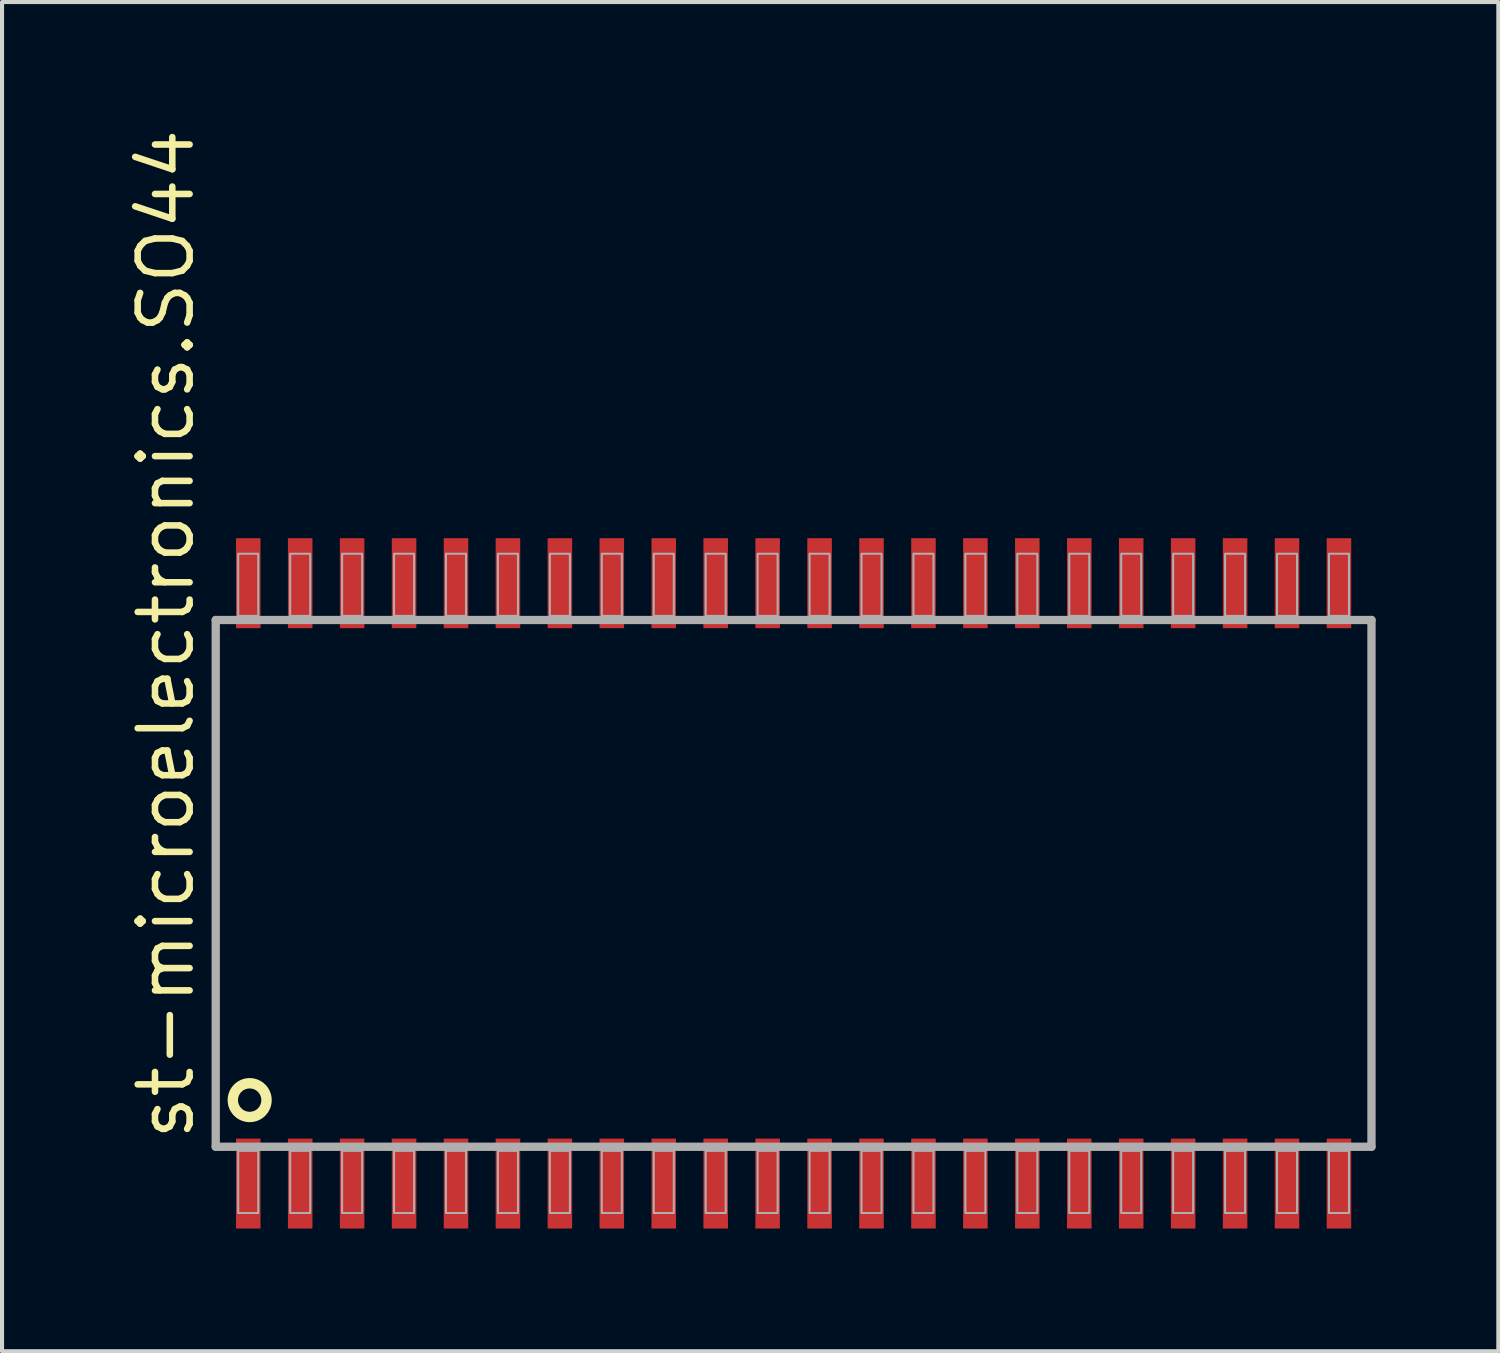
<source format=kicad_pcb>
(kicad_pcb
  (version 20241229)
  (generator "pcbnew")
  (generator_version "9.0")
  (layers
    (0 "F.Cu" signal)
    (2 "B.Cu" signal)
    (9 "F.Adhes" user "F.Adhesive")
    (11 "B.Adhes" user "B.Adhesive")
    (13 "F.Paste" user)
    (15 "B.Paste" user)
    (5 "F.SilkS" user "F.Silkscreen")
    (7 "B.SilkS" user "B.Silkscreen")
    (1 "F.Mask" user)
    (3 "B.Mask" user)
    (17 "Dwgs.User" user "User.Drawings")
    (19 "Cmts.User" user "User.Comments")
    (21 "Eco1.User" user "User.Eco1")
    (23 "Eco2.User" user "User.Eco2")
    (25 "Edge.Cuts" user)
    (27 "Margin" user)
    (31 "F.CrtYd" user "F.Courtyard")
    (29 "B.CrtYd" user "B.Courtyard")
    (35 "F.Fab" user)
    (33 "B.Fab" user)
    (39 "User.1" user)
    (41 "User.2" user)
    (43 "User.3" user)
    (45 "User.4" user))
  (footprint "st-microelectronics.SO44"
    (layer "F.Cu")
    (at 16.355 18.55)
    (property "Reference" "st-microelectronics.SO44" (at -14.605 6.35 90) (layer "F.SilkS") (effects (font (size 1.27 1.27) (thickness 0.16)) (justify left bottom)))
    (attr smd)
    (fp_circle (center -13.3 5.3) (end -12.888 5.3) (stroke (width 0.254) (type default)) (fill no) (layer "F.SilkS"))
    (fp_line (start -14.13 -6.44) (end 14.13 -6.44) (stroke (width 0.203) (type default)) (layer "F.Fab"))
    (fp_line (start -14.13 6.44) (end -14.13 -6.44) (stroke (width 0.203) (type default)) (layer "F.Fab"))
    (fp_line (start 14.13 -6.44) (end 14.13 6.44) (stroke (width 0.203) (type default)) (layer "F.Fab"))
    (fp_line (start 14.13 6.44) (end -14.13 6.44) (stroke (width 0.203) (type default)) (layer "F.Fab"))
    (fp_rect (start -13.58 -6.54) (end -13.09 -8.06) (stroke (width 0.05) (type default)) (fill no) (layer "F.Fab"))
    (fp_rect (start -13.58 8.06) (end -13.09 6.54) (stroke (width 0.05) (type default)) (fill no) (layer "F.Fab"))
    (fp_rect (start -12.31 -6.54) (end -11.82 -8.06) (stroke (width 0.05) (type default)) (fill no) (layer "F.Fab"))
    (fp_rect (start -12.31 8.06) (end -11.82 6.54) (stroke (width 0.05) (type default)) (fill no) (layer "F.Fab"))
    (fp_rect (start -11.04 -6.54) (end -10.55 -8.06) (stroke (width 0.05) (type default)) (fill no) (layer "F.Fab"))
    (fp_rect (start -11.04 8.06) (end -10.55 6.54) (stroke (width 0.05) (type default)) (fill no) (layer "F.Fab"))
    (fp_rect (start -9.77 -6.54) (end -9.28 -8.06) (stroke (width 0.05) (type default)) (fill no) (layer "F.Fab"))
    (fp_rect (start -9.77 8.06) (end -9.28 6.54) (stroke (width 0.05) (type default)) (fill no) (layer "F.Fab"))
    (fp_rect (start -8.5 -6.54) (end -8.01 -8.06) (stroke (width 0.05) (type default)) (fill no) (layer "F.Fab"))
    (fp_rect (start -8.5 8.06) (end -8.01 6.54) (stroke (width 0.05) (type default)) (fill no) (layer "F.Fab"))
    (fp_rect (start -7.23 -6.54) (end -6.74 -8.06) (stroke (width 0.05) (type default)) (fill no) (layer "F.Fab"))
    (fp_rect (start -7.23 8.06) (end -6.74 6.54) (stroke (width 0.05) (type default)) (fill no) (layer "F.Fab"))
    (fp_rect (start -5.96 -6.54) (end -5.47 -8.06) (stroke (width 0.05) (type default)) (fill no) (layer "F.Fab"))
    (fp_rect (start -5.96 8.06) (end -5.47 6.54) (stroke (width 0.05) (type default)) (fill no) (layer "F.Fab"))
    (fp_rect (start -4.69 -6.54) (end -4.2 -8.06) (stroke (width 0.05) (type default)) (fill no) (layer "F.Fab"))
    (fp_rect (start -4.69 8.06) (end -4.2 6.54) (stroke (width 0.05) (type default)) (fill no) (layer "F.Fab"))
    (fp_rect (start -3.42 -6.54) (end -2.93 -8.06) (stroke (width 0.05) (type default)) (fill no) (layer "F.Fab"))
    (fp_rect (start -3.42 8.06) (end -2.93 6.54) (stroke (width 0.05) (type default)) (fill no) (layer "F.Fab"))
    (fp_rect (start -2.15 -6.54) (end -1.66 -8.06) (stroke (width 0.05) (type default)) (fill no) (layer "F.Fab"))
    (fp_rect (start -2.15 8.06) (end -1.66 6.54) (stroke (width 0.05) (type default)) (fill no) (layer "F.Fab"))
    (fp_rect (start -0.88 -6.54) (end -0.39 -8.06) (stroke (width 0.05) (type default)) (fill no) (layer "F.Fab"))
    (fp_rect (start -0.88 8.06) (end -0.39 6.54) (stroke (width 0.05) (type default)) (fill no) (layer "F.Fab"))
    (fp_rect (start 0.39 -6.54) (end 0.88 -8.06) (stroke (width 0.05) (type default)) (fill no) (layer "F.Fab"))
    (fp_rect (start 0.39 8.06) (end 0.88 6.54) (stroke (width 0.05) (type default)) (fill no) (layer "F.Fab"))
    (fp_rect (start 1.66 -6.54) (end 2.15 -8.06) (stroke (width 0.05) (type default)) (fill no) (layer "F.Fab"))
    (fp_rect (start 1.66 8.06) (end 2.15 6.54) (stroke (width 0.05) (type default)) (fill no) (layer "F.Fab"))
    (fp_rect (start 2.93 -6.54) (end 3.42 -8.06) (stroke (width 0.05) (type default)) (fill no) (layer "F.Fab"))
    (fp_rect (start 2.93 8.06) (end 3.42 6.54) (stroke (width 0.05) (type default)) (fill no) (layer "F.Fab"))
    (fp_rect (start 4.2 -6.54) (end 4.69 -8.06) (stroke (width 0.05) (type default)) (fill no) (layer "F.Fab"))
    (fp_rect (start 4.2 8.06) (end 4.69 6.54) (stroke (width 0.05) (type default)) (fill no) (layer "F.Fab"))
    (fp_rect (start 5.47 -6.54) (end 5.96 -8.06) (stroke (width 0.05) (type default)) (fill no) (layer "F.Fab"))
    (fp_rect (start 5.47 8.06) (end 5.96 6.54) (stroke (width 0.05) (type default)) (fill no) (layer "F.Fab"))
    (fp_rect (start 6.74 -6.54) (end 7.23 -8.06) (stroke (width 0.05) (type default)) (fill no) (layer "F.Fab"))
    (fp_rect (start 6.74 8.06) (end 7.23 6.54) (stroke (width 0.05) (type default)) (fill no) (layer "F.Fab"))
    (fp_rect (start 8.01 -6.54) (end 8.5 -8.06) (stroke (width 0.05) (type default)) (fill no) (layer "F.Fab"))
    (fp_rect (start 8.01 8.06) (end 8.5 6.54) (stroke (width 0.05) (type default)) (fill no) (layer "F.Fab"))
    (fp_rect (start 9.28 -6.54) (end 9.77 -8.06) (stroke (width 0.05) (type default)) (fill no) (layer "F.Fab"))
    (fp_rect (start 9.28 8.06) (end 9.77 6.54) (stroke (width 0.05) (type default)) (fill no) (layer "F.Fab"))
    (fp_rect (start 10.55 -6.54) (end 11.04 -8.06) (stroke (width 0.05) (type default)) (fill no) (layer "F.Fab"))
    (fp_rect (start 10.55 8.06) (end 11.04 6.54) (stroke (width 0.05) (type default)) (fill no) (layer "F.Fab"))
    (fp_rect (start 11.82 -6.54) (end 12.31 -8.06) (stroke (width 0.05) (type default)) (fill no) (layer "F.Fab"))
    (fp_rect (start 11.82 8.06) (end 12.31 6.54) (stroke (width 0.05) (type default)) (fill no) (layer "F.Fab"))
    (fp_rect (start 13.09 -6.54) (end 13.58 -8.06) (stroke (width 0.05) (type default)) (fill no) (layer "F.Fab"))
    (fp_rect (start 13.09 8.06) (end 13.58 6.54) (stroke (width 0.05) (type default)) (fill no) (layer "F.Fab"))
    (pad "1" smd roundrect (at -13.335 7.34) (size 0.6 2.2) (layers "F.Cu" "F.Mask" "F.Paste") (roundrect_rratio 0.01))
    (pad "2" smd roundrect (at -12.065 7.34) (size 0.6 2.2) (layers "F.Cu" "F.Mask" "F.Paste") (roundrect_rratio 0.01))
    (pad "3" smd roundrect (at -10.795 7.34) (size 0.6 2.2) (layers "F.Cu" "F.Mask" "F.Paste") (roundrect_rratio 0.01))
    (pad "4" smd roundrect (at -9.525 7.34) (size 0.6 2.2) (layers "F.Cu" "F.Mask" "F.Paste") (roundrect_rratio 0.01))
    (pad "5" smd roundrect (at -8.255 7.34) (size 0.6 2.2) (layers "F.Cu" "F.Mask" "F.Paste") (roundrect_rratio 0.01))
    (pad "6" smd roundrect (at -6.985 7.34) (size 0.6 2.2) (layers "F.Cu" "F.Mask" "F.Paste") (roundrect_rratio 0.01))
    (pad "7" smd roundrect (at -5.715 7.34) (size 0.6 2.2) (layers "F.Cu" "F.Mask" "F.Paste") (roundrect_rratio 0.01))
    (pad "8" smd roundrect (at -4.445 7.34) (size 0.6 2.2) (layers "F.Cu" "F.Mask" "F.Paste") (roundrect_rratio 0.01))
    (pad "9" smd roundrect (at -3.175 7.34) (size 0.6 2.2) (layers "F.Cu" "F.Mask" "F.Paste") (roundrect_rratio 0.01))
    (pad "10" smd roundrect (at -1.905 7.34) (size 0.6 2.2) (layers "F.Cu" "F.Mask" "F.Paste") (roundrect_rratio 0.01))
    (pad "11" smd roundrect (at -0.635 7.34) (size 0.6 2.2) (layers "F.Cu" "F.Mask" "F.Paste") (roundrect_rratio 0.01))
    (pad "12" smd roundrect (at 0.635 7.34) (size 0.6 2.2) (layers "F.Cu" "F.Mask" "F.Paste") (roundrect_rratio 0.01))
    (pad "13" smd roundrect (at 1.905 7.34) (size 0.6 2.2) (layers "F.Cu" "F.Mask" "F.Paste") (roundrect_rratio 0.01))
    (pad "14" smd roundrect (at 3.175 7.34) (size 0.6 2.2) (layers "F.Cu" "F.Mask" "F.Paste") (roundrect_rratio 0.01))
    (pad "15" smd roundrect (at 4.445 7.34) (size 0.6 2.2) (layers "F.Cu" "F.Mask" "F.Paste") (roundrect_rratio 0.01))
    (pad "16" smd roundrect (at 5.715 7.34) (size 0.6 2.2) (layers "F.Cu" "F.Mask" "F.Paste") (roundrect_rratio 0.01))
    (pad "17" smd roundrect (at 6.985 7.34) (size 0.6 2.2) (layers "F.Cu" "F.Mask" "F.Paste") (roundrect_rratio 0.01))
    (pad "18" smd roundrect (at 8.255 7.34) (size 0.6 2.2) (layers "F.Cu" "F.Mask" "F.Paste") (roundrect_rratio 0.01))
    (pad "19" smd roundrect (at 9.525 7.34) (size 0.6 2.2) (layers "F.Cu" "F.Mask" "F.Paste") (roundrect_rratio 0.01))
    (pad "20" smd roundrect (at 10.795 7.34) (size 0.6 2.2) (layers "F.Cu" "F.Mask" "F.Paste") (roundrect_rratio 0.01))
    (pad "21" smd roundrect (at 12.065 7.34) (size 0.6 2.2) (layers "F.Cu" "F.Mask" "F.Paste") (roundrect_rratio 0.01))
    (pad "22" smd roundrect (at 13.335 7.34) (size 0.6 2.2) (layers "F.Cu" "F.Mask" "F.Paste") (roundrect_rratio 0.01))
    (pad "23" smd roundrect (at 13.335 -7.34) (size 0.6 2.2) (layers "F.Cu" "F.Mask" "F.Paste") (roundrect_rratio 0.01))
    (pad "24" smd roundrect (at 12.065 -7.34) (size 0.6 2.2) (layers "F.Cu" "F.Mask" "F.Paste") (roundrect_rratio 0.01))
    (pad "25" smd roundrect (at 10.795 -7.34) (size 0.6 2.2) (layers "F.Cu" "F.Mask" "F.Paste") (roundrect_rratio 0.01))
    (pad "26" smd roundrect (at 9.525 -7.34) (size 0.6 2.2) (layers "F.Cu" "F.Mask" "F.Paste") (roundrect_rratio 0.01))
    (pad "27" smd roundrect (at 8.255 -7.34) (size 0.6 2.2) (layers "F.Cu" "F.Mask" "F.Paste") (roundrect_rratio 0.01))
    (pad "28" smd roundrect (at 6.985 -7.34) (size 0.6 2.2) (layers "F.Cu" "F.Mask" "F.Paste") (roundrect_rratio 0.01))
    (pad "29" smd roundrect (at 5.715 -7.34) (size 0.6 2.2) (layers "F.Cu" "F.Mask" "F.Paste") (roundrect_rratio 0.01))
    (pad "30" smd roundrect (at 4.445 -7.34) (size 0.6 2.2) (layers "F.Cu" "F.Mask" "F.Paste") (roundrect_rratio 0.01))
    (pad "31" smd roundrect (at 3.175 -7.34) (size 0.6 2.2) (layers "F.Cu" "F.Mask" "F.Paste") (roundrect_rratio 0.01))
    (pad "32" smd roundrect (at 1.905 -7.34) (size 0.6 2.2) (layers "F.Cu" "F.Mask" "F.Paste") (roundrect_rratio 0.01))
    (pad "33" smd roundrect (at 0.635 -7.34) (size 0.6 2.2) (layers "F.Cu" "F.Mask" "F.Paste") (roundrect_rratio 0.01))
    (pad "34" smd roundrect (at -0.635 -7.34) (size 0.6 2.2) (layers "F.Cu" "F.Mask" "F.Paste") (roundrect_rratio 0.01))
    (pad "35" smd roundrect (at -1.905 -7.34) (size 0.6 2.2) (layers "F.Cu" "F.Mask" "F.Paste") (roundrect_rratio 0.01))
    (pad "36" smd roundrect (at -3.175 -7.34) (size 0.6 2.2) (layers "F.Cu" "F.Mask" "F.Paste") (roundrect_rratio 0.01))
    (pad "37" smd roundrect (at -4.445 -7.34) (size 0.6 2.2) (layers "F.Cu" "F.Mask" "F.Paste") (roundrect_rratio 0.01))
    (pad "38" smd roundrect (at -5.715 -7.34) (size 0.6 2.2) (layers "F.Cu" "F.Mask" "F.Paste") (roundrect_rratio 0.01))
    (pad "39" smd roundrect (at -6.985 -7.34) (size 0.6 2.2) (layers "F.Cu" "F.Mask" "F.Paste") (roundrect_rratio 0.01))
    (pad "40" smd roundrect (at -8.255 -7.34) (size 0.6 2.2) (layers "F.Cu" "F.Mask" "F.Paste") (roundrect_rratio 0.01))
    (pad "41" smd roundrect (at -9.525 -7.34) (size 0.6 2.2) (layers "F.Cu" "F.Mask" "F.Paste") (roundrect_rratio 0.01))
    (pad "42" smd roundrect (at -10.795 -7.34) (size 0.6 2.2) (layers "F.Cu" "F.Mask" "F.Paste") (roundrect_rratio 0.01))
    (pad "43" smd roundrect (at -12.065 -7.34) (size 0.6 2.2) (layers "F.Cu" "F.Mask" "F.Paste") (roundrect_rratio 0.01))
    (pad "44" smd roundrect (at -13.335 -7.34) (size 0.6 2.2) (layers "F.Cu" "F.Mask" "F.Paste") (roundrect_rratio 0.01)))
  (gr_rect
    (start -3 -3)
    (end 33.587 29.99)
    (stroke (width 0.1) (type default))
    (fill no)
    (layer "Edge.Cuts")))
</source>
